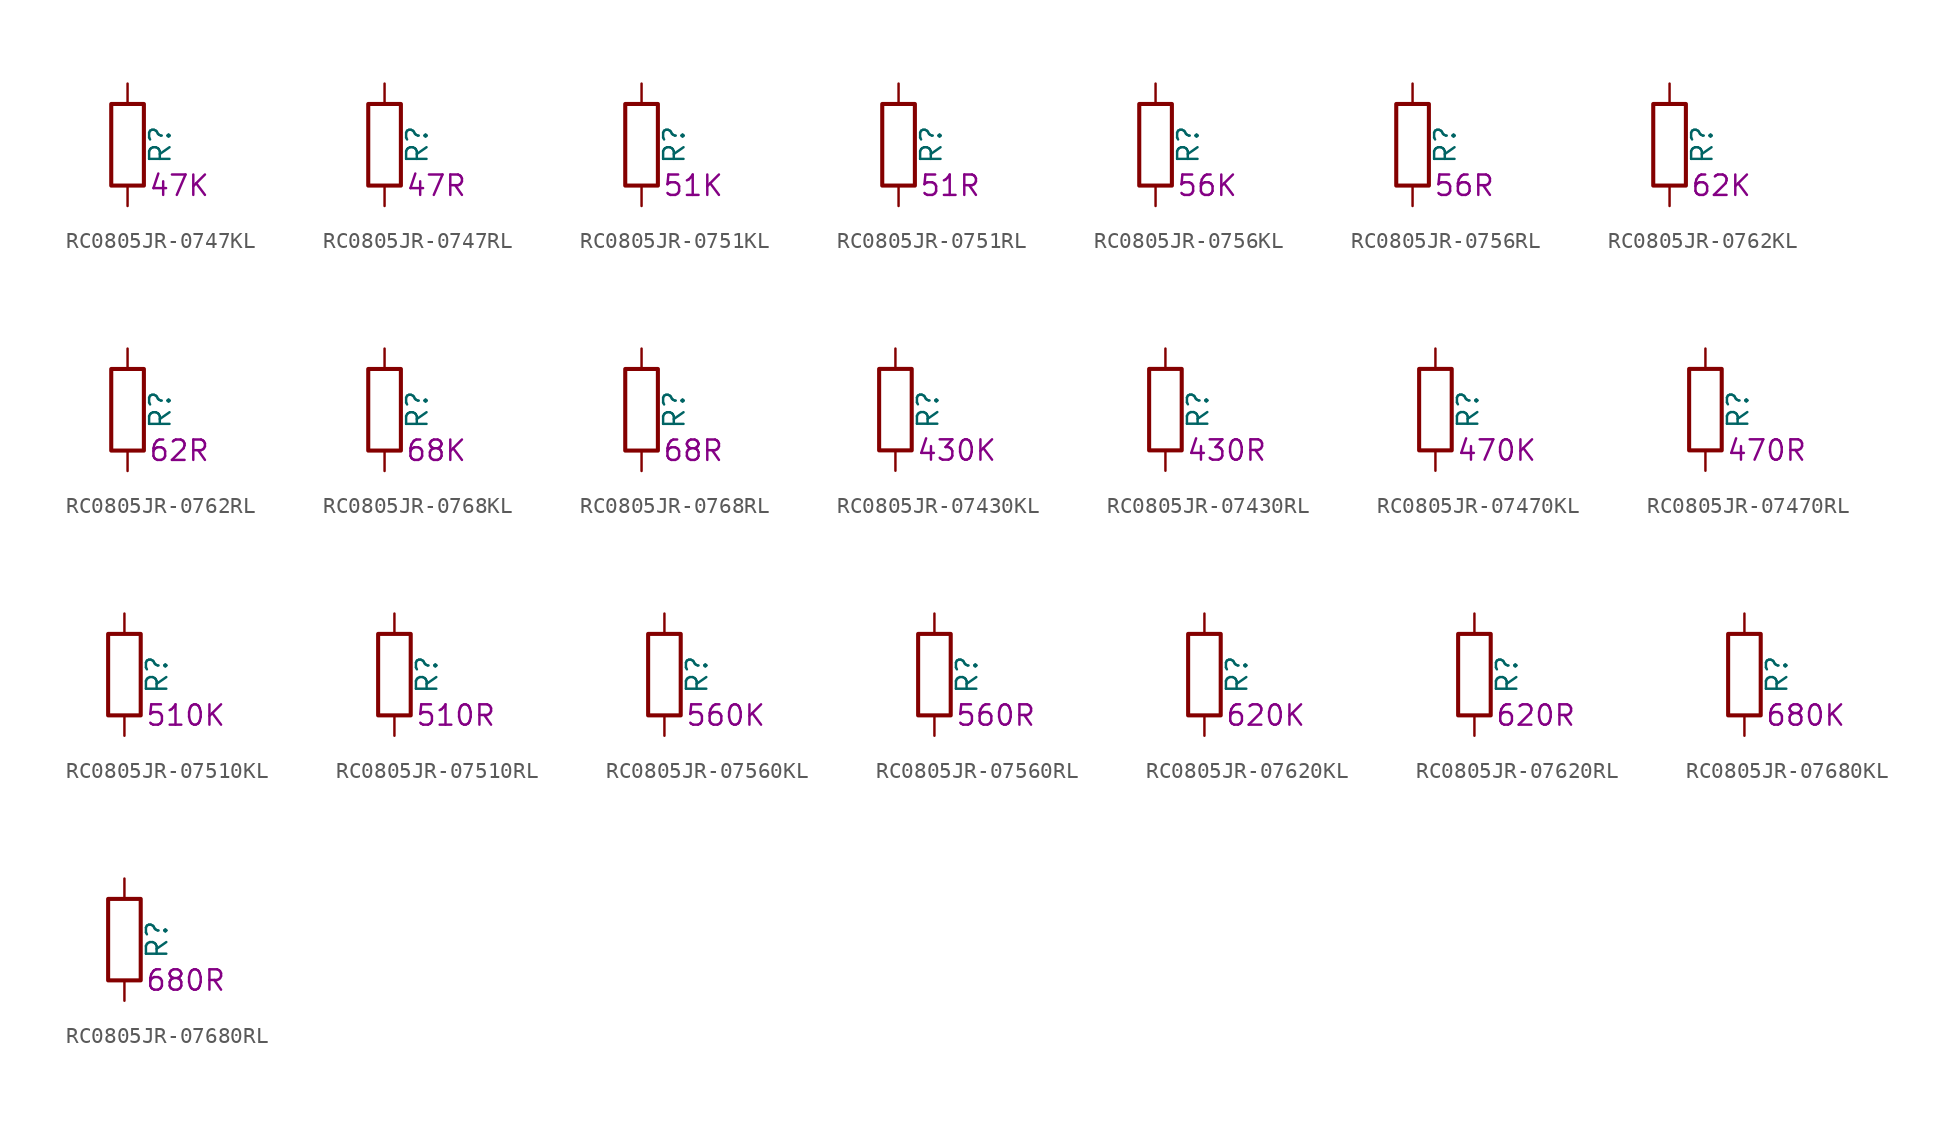
<source format=kicad_sym>
(kicad_symbol_lib
  (version 20220914)
  (generator kicad_symbol_editor)
  (symbol "RC0805JR-0747KL"
    (pin_numbers hide)
    (pin_names
      (offset 0))
    (property "Reference" "R"
      (at 2.032 0 90)
      (effects (font (size 1.27 1.27))))
    (property "Resistance" "47K"
      (at 1.27 -2.54 0)
      (effects (font (size 1.27 1.27)) (justify left)))
    (symbol "RC0805JR-0747KL_0_1"
      (rectangle (start -1.016 -2.54) (end 1.016 2.54) (stroke (width 0.254) (type default)) (fill (type none))))
    (symbol "RC0805JR-0747KL_1_1"
      (pin passive line (at 0 3.81 270) (length 1.27) (name "~" (effects (font (size 1.27 1.27)))) (number "1" (effects (font (size 1.27 1.27)))))
      (pin passive line (at 0 -3.81 90) (length 1.27) (name "~" (effects (font (size 1.27 1.27)))) (number "2" (effects (font (size 1.27 1.27)))))))
  (symbol "RC0805JR-0747RL"
    (pin_numbers hide)
    (pin_names
      (offset 0))
    (property "Reference" "R"
      (at 2.032 0 90)
      (effects (font (size 1.27 1.27))))
    (property "Resistance" "47R"
      (at 1.27 -2.54 0)
      (effects (font (size 1.27 1.27)) (justify left)))
    (symbol "RC0805JR-0747RL_0_1"
      (rectangle (start -1.016 -2.54) (end 1.016 2.54) (stroke (width 0.254) (type default)) (fill (type none))))
    (symbol "RC0805JR-0747RL_1_1"
      (pin passive line (at 0 3.81 270) (length 1.27) (name "~" (effects (font (size 1.27 1.27)))) (number "1" (effects (font (size 1.27 1.27)))))
      (pin passive line (at 0 -3.81 90) (length 1.27) (name "~" (effects (font (size 1.27 1.27)))) (number "2" (effects (font (size 1.27 1.27)))))))
  (symbol "RC0805JR-0751KL"
    (pin_numbers hide)
    (pin_names
      (offset 0))
    (property "Reference" "R"
      (at 2.032 0 90)
      (effects (font (size 1.27 1.27))))
    (property "Resistance" "51K"
      (at 1.27 -2.54 0)
      (effects (font (size 1.27 1.27)) (justify left)))
    (symbol "RC0805JR-0751KL_0_1"
      (rectangle (start -1.016 -2.54) (end 1.016 2.54) (stroke (width 0.254) (type default)) (fill (type none))))
    (symbol "RC0805JR-0751KL_1_1"
      (pin passive line (at 0 3.81 270) (length 1.27) (name "~" (effects (font (size 1.27 1.27)))) (number "1" (effects (font (size 1.27 1.27)))))
      (pin passive line (at 0 -3.81 90) (length 1.27) (name "~" (effects (font (size 1.27 1.27)))) (number "2" (effects (font (size 1.27 1.27)))))))
  (symbol "RC0805JR-0751RL"
    (pin_numbers hide)
    (pin_names
      (offset 0))
    (property "Reference" "R"
      (at 2.032 0 90)
      (effects (font (size 1.27 1.27))))
    (property "Resistance" "51R"
      (at 1.27 -2.54 0)
      (effects (font (size 1.27 1.27)) (justify left)))
    (symbol "RC0805JR-0751RL_0_1"
      (rectangle (start -1.016 -2.54) (end 1.016 2.54) (stroke (width 0.254) (type default)) (fill (type none))))
    (symbol "RC0805JR-0751RL_1_1"
      (pin passive line (at 0 3.81 270) (length 1.27) (name "~" (effects (font (size 1.27 1.27)))) (number "1" (effects (font (size 1.27 1.27)))))
      (pin passive line (at 0 -3.81 90) (length 1.27) (name "~" (effects (font (size 1.27 1.27)))) (number "2" (effects (font (size 1.27 1.27)))))))
  (symbol "RC0805JR-0756KL"
    (pin_numbers hide)
    (pin_names
      (offset 0))
    (property "Reference" "R"
      (at 2.032 0 90)
      (effects (font (size 1.27 1.27))))
    (property "Resistance" "56K"
      (at 1.27 -2.54 0)
      (effects (font (size 1.27 1.27)) (justify left)))
    (symbol "RC0805JR-0756KL_0_1"
      (rectangle (start -1.016 -2.54) (end 1.016 2.54) (stroke (width 0.254) (type default)) (fill (type none))))
    (symbol "RC0805JR-0756KL_1_1"
      (pin passive line (at 0 3.81 270) (length 1.27) (name "~" (effects (font (size 1.27 1.27)))) (number "1" (effects (font (size 1.27 1.27)))))
      (pin passive line (at 0 -3.81 90) (length 1.27) (name "~" (effects (font (size 1.27 1.27)))) (number "2" (effects (font (size 1.27 1.27)))))))
  (symbol "RC0805JR-0756RL"
    (pin_numbers hide)
    (pin_names
      (offset 0))
    (property "Reference" "R"
      (at 2.032 0 90)
      (effects (font (size 1.27 1.27))))
    (property "Resistance" "56R"
      (at 1.27 -2.54 0)
      (effects (font (size 1.27 1.27)) (justify left)))
    (symbol "RC0805JR-0756RL_0_1"
      (rectangle (start -1.016 -2.54) (end 1.016 2.54) (stroke (width 0.254) (type default)) (fill (type none))))
    (symbol "RC0805JR-0756RL_1_1"
      (pin passive line (at 0 3.81 270) (length 1.27) (name "~" (effects (font (size 1.27 1.27)))) (number "1" (effects (font (size 1.27 1.27)))))
      (pin passive line (at 0 -3.81 90) (length 1.27) (name "~" (effects (font (size 1.27 1.27)))) (number "2" (effects (font (size 1.27 1.27)))))))
  (symbol "RC0805JR-0762KL"
    (pin_numbers hide)
    (pin_names
      (offset 0))
    (property "Reference" "R"
      (at 2.032 0 90)
      (effects (font (size 1.27 1.27))))
    (property "Resistance" "62K"
      (at 1.27 -2.54 0)
      (effects (font (size 1.27 1.27)) (justify left)))
    (symbol "RC0805JR-0762KL_0_1"
      (rectangle (start -1.016 -2.54) (end 1.016 2.54) (stroke (width 0.254) (type default)) (fill (type none))))
    (symbol "RC0805JR-0762KL_1_1"
      (pin passive line (at 0 3.81 270) (length 1.27) (name "~" (effects (font (size 1.27 1.27)))) (number "1" (effects (font (size 1.27 1.27)))))
      (pin passive line (at 0 -3.81 90) (length 1.27) (name "~" (effects (font (size 1.27 1.27)))) (number "2" (effects (font (size 1.27 1.27)))))))
  (symbol "RC0805JR-0762RL"
    (pin_numbers hide)
    (pin_names
      (offset 0))
    (property "Reference" "R"
      (at 2.032 0 90)
      (effects (font (size 1.27 1.27))))
    (property "Resistance" "62R"
      (at 1.27 -2.54 0)
      (effects (font (size 1.27 1.27)) (justify left)))
    (symbol "RC0805JR-0762RL_0_1"
      (rectangle (start -1.016 -2.54) (end 1.016 2.54) (stroke (width 0.254) (type default)) (fill (type none))))
    (symbol "RC0805JR-0762RL_1_1"
      (pin passive line (at 0 3.81 270) (length 1.27) (name "~" (effects (font (size 1.27 1.27)))) (number "1" (effects (font (size 1.27 1.27)))))
      (pin passive line (at 0 -3.81 90) (length 1.27) (name "~" (effects (font (size 1.27 1.27)))) (number "2" (effects (font (size 1.27 1.27)))))))
  (symbol "RC0805JR-0768KL"
    (pin_numbers hide)
    (pin_names
      (offset 0))
    (property "Reference" "R"
      (at 2.032 0 90)
      (effects (font (size 1.27 1.27))))
    (property "Resistance" "68K"
      (at 1.27 -2.54 0)
      (effects (font (size 1.27 1.27)) (justify left)))
    (symbol "RC0805JR-0768KL_0_1"
      (rectangle (start -1.016 -2.54) (end 1.016 2.54) (stroke (width 0.254) (type default)) (fill (type none))))
    (symbol "RC0805JR-0768KL_1_1"
      (pin passive line (at 0 3.81 270) (length 1.27) (name "~" (effects (font (size 1.27 1.27)))) (number "1" (effects (font (size 1.27 1.27)))))
      (pin passive line (at 0 -3.81 90) (length 1.27) (name "~" (effects (font (size 1.27 1.27)))) (number "2" (effects (font (size 1.27 1.27)))))))
  (symbol "RC0805JR-0768RL"
    (pin_numbers hide)
    (pin_names
      (offset 0))
    (property "Reference" "R"
      (at 2.032 0 90)
      (effects (font (size 1.27 1.27))))
    (property "Resistance" "68R"
      (at 1.27 -2.54 0)
      (effects (font (size 1.27 1.27)) (justify left)))
    (symbol "RC0805JR-0768RL_0_1"
      (rectangle (start -1.016 -2.54) (end 1.016 2.54) (stroke (width 0.254) (type default)) (fill (type none))))
    (symbol "RC0805JR-0768RL_1_1"
      (pin passive line (at 0 3.81 270) (length 1.27) (name "~" (effects (font (size 1.27 1.27)))) (number "1" (effects (font (size 1.27 1.27)))))
      (pin passive line (at 0 -3.81 90) (length 1.27) (name "~" (effects (font (size 1.27 1.27)))) (number "2" (effects (font (size 1.27 1.27)))))))
  (symbol "RC0805JR-07430KL"
    (pin_numbers hide)
    (pin_names
      (offset 0))
    (property "Reference" "R"
      (at 2.032 0 90)
      (effects (font (size 1.27 1.27))))
    (property "Resistance" "430K"
      (at 1.27 -2.54 0)
      (effects (font (size 1.27 1.27)) (justify left)))
    (symbol "RC0805JR-07430KL_0_1"
      (rectangle (start -1.016 -2.54) (end 1.016 2.54) (stroke (width 0.254) (type default)) (fill (type none))))
    (symbol "RC0805JR-07430KL_1_1"
      (pin passive line (at 0 3.81 270) (length 1.27) (name "~" (effects (font (size 1.27 1.27)))) (number "1" (effects (font (size 1.27 1.27)))))
      (pin passive line (at 0 -3.81 90) (length 1.27) (name "~" (effects (font (size 1.27 1.27)))) (number "2" (effects (font (size 1.27 1.27)))))))
  (symbol "RC0805JR-07430RL"
    (pin_numbers hide)
    (pin_names
      (offset 0))
    (property "Reference" "R"
      (at 2.032 0 90)
      (effects (font (size 1.27 1.27))))
    (property "Resistance" "430R"
      (at 1.27 -2.54 0)
      (effects (font (size 1.27 1.27)) (justify left)))
    (symbol "RC0805JR-07430RL_0_1"
      (rectangle (start -1.016 -2.54) (end 1.016 2.54) (stroke (width 0.254) (type default)) (fill (type none))))
    (symbol "RC0805JR-07430RL_1_1"
      (pin passive line (at 0 3.81 270) (length 1.27) (name "~" (effects (font (size 1.27 1.27)))) (number "1" (effects (font (size 1.27 1.27)))))
      (pin passive line (at 0 -3.81 90) (length 1.27) (name "~" (effects (font (size 1.27 1.27)))) (number "2" (effects (font (size 1.27 1.27)))))))
  (symbol "RC0805JR-07470KL"
    (pin_numbers hide)
    (pin_names
      (offset 0))
    (property "Reference" "R"
      (at 2.032 0 90)
      (effects (font (size 1.27 1.27))))
    (property "Resistance" "470K"
      (at 1.27 -2.54 0)
      (effects (font (size 1.27 1.27)) (justify left)))
    (symbol "RC0805JR-07470KL_0_1"
      (rectangle (start -1.016 -2.54) (end 1.016 2.54) (stroke (width 0.254) (type default)) (fill (type none))))
    (symbol "RC0805JR-07470KL_1_1"
      (pin passive line (at 0 3.81 270) (length 1.27) (name "~" (effects (font (size 1.27 1.27)))) (number "1" (effects (font (size 1.27 1.27)))))
      (pin passive line (at 0 -3.81 90) (length 1.27) (name "~" (effects (font (size 1.27 1.27)))) (number "2" (effects (font (size 1.27 1.27)))))))
  (symbol "RC0805JR-07470RL"
    (pin_numbers hide)
    (pin_names
      (offset 0))
    (property "Reference" "R"
      (at 2.032 0 90)
      (effects (font (size 1.27 1.27))))
    (property "Resistance" "470R"
      (at 1.27 -2.54 0)
      (effects (font (size 1.27 1.27)) (justify left)))
    (symbol "RC0805JR-07470RL_0_1"
      (rectangle (start -1.016 -2.54) (end 1.016 2.54) (stroke (width 0.254) (type default)) (fill (type none))))
    (symbol "RC0805JR-07470RL_1_1"
      (pin passive line (at 0 3.81 270) (length 1.27) (name "~" (effects (font (size 1.27 1.27)))) (number "1" (effects (font (size 1.27 1.27)))))
      (pin passive line (at 0 -3.81 90) (length 1.27) (name "~" (effects (font (size 1.27 1.27)))) (number "2" (effects (font (size 1.27 1.27)))))))
  (symbol "RC0805JR-07510KL"
    (pin_numbers hide)
    (pin_names
      (offset 0))
    (property "Reference" "R"
      (at 2.032 0 90)
      (effects (font (size 1.27 1.27))))
    (property "Resistance" "510K"
      (at 1.27 -2.54 0)
      (effects (font (size 1.27 1.27)) (justify left)))
    (symbol "RC0805JR-07510KL_0_1"
      (rectangle (start -1.016 -2.54) (end 1.016 2.54) (stroke (width 0.254) (type default)) (fill (type none))))
    (symbol "RC0805JR-07510KL_1_1"
      (pin passive line (at 0 3.81 270) (length 1.27) (name "~" (effects (font (size 1.27 1.27)))) (number "1" (effects (font (size 1.27 1.27)))))
      (pin passive line (at 0 -3.81 90) (length 1.27) (name "~" (effects (font (size 1.27 1.27)))) (number "2" (effects (font (size 1.27 1.27)))))))
  (symbol "RC0805JR-07510RL"
    (pin_numbers hide)
    (pin_names
      (offset 0))
    (property "Reference" "R"
      (at 2.032 0 90)
      (effects (font (size 1.27 1.27))))
    (property "Resistance" "510R"
      (at 1.27 -2.54 0)
      (effects (font (size 1.27 1.27)) (justify left)))
    (symbol "RC0805JR-07510RL_0_1"
      (rectangle (start -1.016 -2.54) (end 1.016 2.54) (stroke (width 0.254) (type default)) (fill (type none))))
    (symbol "RC0805JR-07510RL_1_1"
      (pin passive line (at 0 3.81 270) (length 1.27) (name "~" (effects (font (size 1.27 1.27)))) (number "1" (effects (font (size 1.27 1.27)))))
      (pin passive line (at 0 -3.81 90) (length 1.27) (name "~" (effects (font (size 1.27 1.27)))) (number "2" (effects (font (size 1.27 1.27)))))))
  (symbol "RC0805JR-07560KL"
    (pin_numbers hide)
    (pin_names
      (offset 0))
    (property "Reference" "R"
      (at 2.032 0 90)
      (effects (font (size 1.27 1.27))))
    (property "Resistance" "560K"
      (at 1.27 -2.54 0)
      (effects (font (size 1.27 1.27)) (justify left)))
    (symbol "RC0805JR-07560KL_0_1"
      (rectangle (start -1.016 -2.54) (end 1.016 2.54) (stroke (width 0.254) (type default)) (fill (type none))))
    (symbol "RC0805JR-07560KL_1_1"
      (pin passive line (at 0 3.81 270) (length 1.27) (name "~" (effects (font (size 1.27 1.27)))) (number "1" (effects (font (size 1.27 1.27)))))
      (pin passive line (at 0 -3.81 90) (length 1.27) (name "~" (effects (font (size 1.27 1.27)))) (number "2" (effects (font (size 1.27 1.27)))))))
  (symbol "RC0805JR-07560RL"
    (pin_numbers hide)
    (pin_names
      (offset 0))
    (property "Reference" "R"
      (at 2.032 0 90)
      (effects (font (size 1.27 1.27))))
    (property "Resistance" "560R"
      (at 1.27 -2.54 0)
      (effects (font (size 1.27 1.27)) (justify left)))
    (symbol "RC0805JR-07560RL_0_1"
      (rectangle (start -1.016 -2.54) (end 1.016 2.54) (stroke (width 0.254) (type default)) (fill (type none))))
    (symbol "RC0805JR-07560RL_1_1"
      (pin passive line (at 0 3.81 270) (length 1.27) (name "~" (effects (font (size 1.27 1.27)))) (number "1" (effects (font (size 1.27 1.27)))))
      (pin passive line (at 0 -3.81 90) (length 1.27) (name "~" (effects (font (size 1.27 1.27)))) (number "2" (effects (font (size 1.27 1.27)))))))
  (symbol "RC0805JR-07620KL"
    (pin_numbers hide)
    (pin_names
      (offset 0))
    (property "Reference" "R"
      (at 2.032 0 90)
      (effects (font (size 1.27 1.27))))
    (property "Resistance" "620K"
      (at 1.27 -2.54 0)
      (effects (font (size 1.27 1.27)) (justify left)))
    (symbol "RC0805JR-07620KL_0_1"
      (rectangle (start -1.016 -2.54) (end 1.016 2.54) (stroke (width 0.254) (type default)) (fill (type none))))
    (symbol "RC0805JR-07620KL_1_1"
      (pin passive line (at 0 3.81 270) (length 1.27) (name "~" (effects (font (size 1.27 1.27)))) (number "1" (effects (font (size 1.27 1.27)))))
      (pin passive line (at 0 -3.81 90) (length 1.27) (name "~" (effects (font (size 1.27 1.27)))) (number "2" (effects (font (size 1.27 1.27)))))))
  (symbol "RC0805JR-07620RL"
    (pin_numbers hide)
    (pin_names
      (offset 0))
    (property "Reference" "R"
      (at 2.032 0 90)
      (effects (font (size 1.27 1.27))))
    (property "Resistance" "620R"
      (at 1.27 -2.54 0)
      (effects (font (size 1.27 1.27)) (justify left)))
    (symbol "RC0805JR-07620RL_0_1"
      (rectangle (start -1.016 -2.54) (end 1.016 2.54) (stroke (width 0.254) (type default)) (fill (type none))))
    (symbol "RC0805JR-07620RL_1_1"
      (pin passive line (at 0 3.81 270) (length 1.27) (name "~" (effects (font (size 1.27 1.27)))) (number "1" (effects (font (size 1.27 1.27)))))
      (pin passive line (at 0 -3.81 90) (length 1.27) (name "~" (effects (font (size 1.27 1.27)))) (number "2" (effects (font (size 1.27 1.27)))))))
  (symbol "RC0805JR-07680KL"
    (pin_numbers hide)
    (pin_names
      (offset 0))
    (property "Reference" "R"
      (at 2.032 0 90)
      (effects (font (size 1.27 1.27))))
    (property "Resistance" "680K"
      (at 1.27 -2.54 0)
      (effects (font (size 1.27 1.27)) (justify left)))
    (symbol "RC0805JR-07680KL_0_1"
      (rectangle (start -1.016 -2.54) (end 1.016 2.54) (stroke (width 0.254) (type default)) (fill (type none))))
    (symbol "RC0805JR-07680KL_1_1"
      (pin passive line (at 0 3.81 270) (length 1.27) (name "~" (effects (font (size 1.27 1.27)))) (number "1" (effects (font (size 1.27 1.27)))))
      (pin passive line (at 0 -3.81 90) (length 1.27) (name "~" (effects (font (size 1.27 1.27)))) (number "2" (effects (font (size 1.27 1.27)))))))
  (symbol "RC0805JR-07680RL"
    (pin_numbers hide)
    (pin_names
      (offset 0))
    (property "Reference" "R"
      (at 2.032 0 90)
      (effects (font (size 1.27 1.27))))
    (property "Resistance" "680R"
      (at 1.27 -2.54 0)
      (effects (font (size 1.27 1.27)) (justify left)))
    (symbol "RC0805JR-07680RL_0_1"
      (rectangle (start -1.016 -2.54) (end 1.016 2.54) (stroke (width 0.254) (type default)) (fill (type none))))
    (symbol "RC0805JR-07680RL_1_1"
      (pin passive line (at 0 3.81 270) (length 1.27) (name "~" (effects (font (size 1.27 1.27)))) (number "1" (effects (font (size 1.27 1.27)))))
      (pin passive line (at 0 -3.81 90) (length 1.27) (name "~" (effects (font (size 1.27 1.27)))) (number "2" (effects (font (size 1.27 1.27))))))))
</source>
